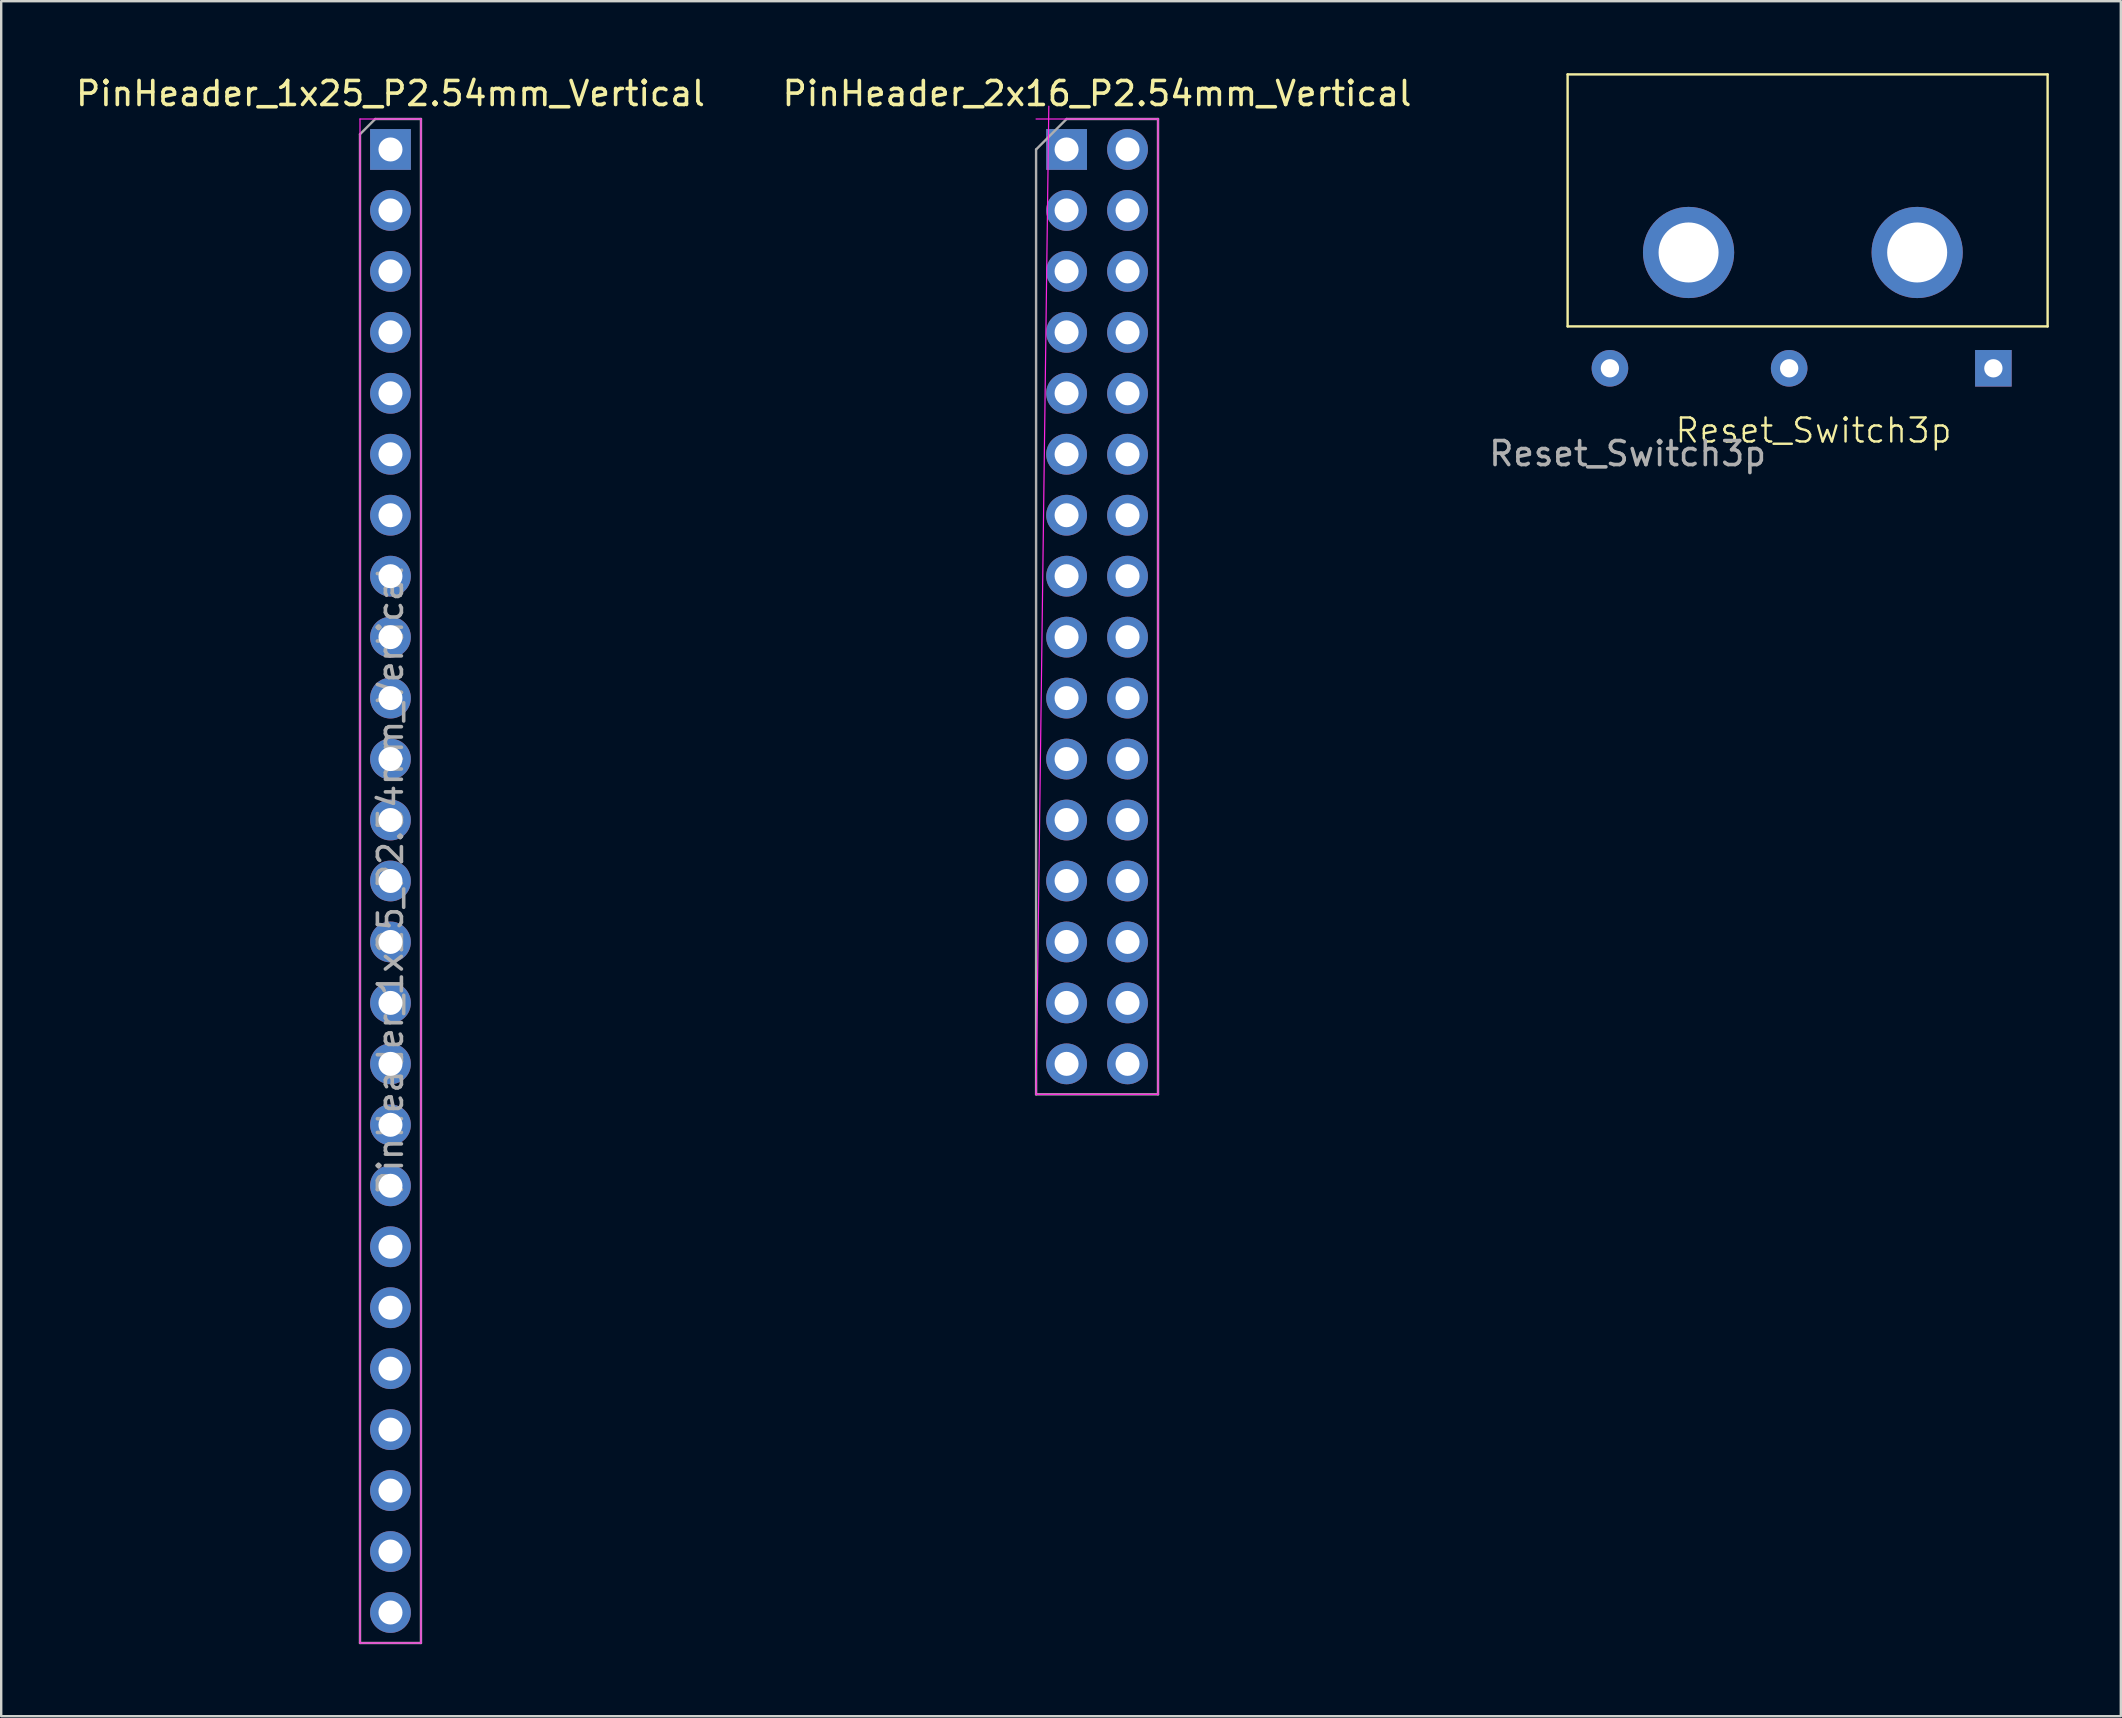
<source format=kicad_pcb>
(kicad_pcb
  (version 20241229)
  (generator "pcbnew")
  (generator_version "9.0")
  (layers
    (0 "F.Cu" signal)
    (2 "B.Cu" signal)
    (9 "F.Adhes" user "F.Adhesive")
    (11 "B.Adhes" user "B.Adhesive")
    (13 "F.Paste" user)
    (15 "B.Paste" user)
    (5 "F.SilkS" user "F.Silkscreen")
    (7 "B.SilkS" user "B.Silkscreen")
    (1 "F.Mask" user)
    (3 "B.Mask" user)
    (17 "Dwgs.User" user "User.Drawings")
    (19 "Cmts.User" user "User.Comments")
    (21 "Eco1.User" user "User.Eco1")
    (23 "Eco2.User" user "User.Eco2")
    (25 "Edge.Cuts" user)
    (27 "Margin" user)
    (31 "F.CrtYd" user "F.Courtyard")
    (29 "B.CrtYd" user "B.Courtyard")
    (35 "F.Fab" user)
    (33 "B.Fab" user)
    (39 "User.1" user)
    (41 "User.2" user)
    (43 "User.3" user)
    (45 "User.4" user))
  (footprint "Reset_Switch3p"
    (layer "F.Cu")
    (at 64.768 12.55)
    (property "Reference" "Reset_Switch3p" (at 7.747 2.337 0) (unlocked yes) (layer "F.SilkS") (effects (font (size 1 1) (thickness 0.1))))
    (attr through_hole)
    (fp_line (start -2.5 -12.5) (end 17.5 -12.5) (stroke (width 0.1) (type default)) (layer "F.SilkS"))
    (fp_line (start -2.5 -2) (end -2.5 -12.5) (stroke (width 0.1) (type default)) (layer "F.SilkS"))
    (fp_line (start 17.5 -12.5) (end 17.5 -2) (stroke (width 0.1) (type default)) (layer "F.SilkS"))
    (fp_line (start 17.5 -2) (end -2.5 -2) (stroke (width 0.1) (type default)) (layer "F.SilkS"))
    (fp_text user "${REFERENCE}" (at 0 3.302 0) (unlocked yes) (layer "F.Fab") (effects (font (size 1 1) (thickness 0.15))))
    (pad "1" thru_hole rect (at 15.24 -0.254) (size 1.524 1.524) (drill 0.762) (layers "*.Cu" "*.Mask"))
    (pad "2" thru_hole circle (at 6.731 -0.254) (size 1.524 1.524) (drill 0.762) (layers "*.Cu" "*.Mask"))
    (pad "3" thru_hole circle (at -0.737 -0.254) (size 1.524 1.524) (drill 0.762) (layers "*.Cu" "*.Mask"))
    (pad "5" thru_hole circle (at 2.54 -5.08) (size 3.8 3.8) (drill 2.5) (layers "*.Cu" "*.Mask"))
    (pad "6" thru_hole circle (at 12.065 -5.08) (size 3.8 3.8) (drill 2.5) (layers "*.Cu" "*.Mask")))
  (footprint "PinHeader_1x25_P2.54mm_Vertical"
    (layer "F.Cu")
    (at 13.22 3.178)
    (property "Reference" "PinHeader_1x25_P2.54mm_Vertical" (at 0 -2.33 0) (layer "F.SilkS") (effects (font (size 1 1) (thickness 0.15))))
    (attr through_hole)
    (fp_line (start -1.27 -1.27) (end -1.27 62.23) (stroke (width 0.05) (type solid)) (layer "F.CrtYd"))
    (fp_line (start -1.27 62.23) (end 1.27 62.23) (stroke (width 0.05) (type solid)) (layer "F.CrtYd"))
    (fp_line (start 1.27 -1.27) (end -1.27 -1.27) (stroke (width 0.05) (type solid)) (layer "F.CrtYd"))
    (fp_line (start 1.27 62.23) (end 1.27 -1.27) (stroke (width 0.05) (type solid)) (layer "F.CrtYd"))
    (fp_line (start -1.27 -0.635) (end -0.635 -1.27) (stroke (width 0.1) (type solid)) (layer "F.Fab"))
    (fp_line (start -1.27 62.23) (end -1.27 -0.635) (stroke (width 0.1) (type solid)) (layer "F.Fab"))
    (fp_line (start -0.635 -1.27) (end 1.27 -1.27) (stroke (width 0.1) (type solid)) (layer "F.Fab"))
    (fp_line (start 1.27 -1.27) (end 1.27 62.23) (stroke (width 0.1) (type solid)) (layer "F.Fab"))
    (fp_line (start 1.27 62.23) (end -1.27 62.23) (stroke (width 0.1) (type solid)) (layer "F.Fab"))
    (fp_text user "${REFERENCE}" (at 0 30.48 270) (layer "F.Fab") (effects (font (size 1 1) (thickness 0.15))))
    (pad "1" thru_hole rect (at 0 0) (size 1.7 1.7) (drill 1) (layers "*.Cu" "*.Mask"))
    (pad "2" thru_hole oval (at 0 2.54) (size 1.7 1.7) (drill 1) (layers "*.Cu" "*.Mask"))
    (pad "3" thru_hole oval (at 0 5.08) (size 1.7 1.7) (drill 1) (layers "*.Cu" "*.Mask"))
    (pad "4" thru_hole oval (at 0 7.62) (size 1.7 1.7) (drill 1) (layers "*.Cu" "*.Mask"))
    (pad "5" thru_hole oval (at 0 10.16) (size 1.7 1.7) (drill 1) (layers "*.Cu" "*.Mask"))
    (pad "6" thru_hole oval (at 0 12.7) (size 1.7 1.7) (drill 1) (layers "*.Cu" "*.Mask"))
    (pad "7" thru_hole oval (at 0 15.24) (size 1.7 1.7) (drill 1) (layers "*.Cu" "*.Mask"))
    (pad "8" thru_hole oval (at 0 17.78) (size 1.7 1.7) (drill 1) (layers "*.Cu" "*.Mask"))
    (pad "9" thru_hole oval (at 0 20.32) (size 1.7 1.7) (drill 1) (layers "*.Cu" "*.Mask"))
    (pad "10" thru_hole oval (at 0 22.86) (size 1.7 1.7) (drill 1) (layers "*.Cu" "*.Mask"))
    (pad "11" thru_hole oval (at 0 25.4) (size 1.7 1.7) (drill 1) (layers "*.Cu" "*.Mask"))
    (pad "12" thru_hole oval (at 0 27.94) (size 1.7 1.7) (drill 1) (layers "*.Cu" "*.Mask"))
    (pad "13" thru_hole oval (at 0 30.48) (size 1.7 1.7) (drill 1) (layers "*.Cu" "*.Mask"))
    (pad "14" thru_hole oval (at 0 33.02) (size 1.7 1.7) (drill 1) (layers "*.Cu" "*.Mask"))
    (pad "15" thru_hole oval (at 0 35.56) (size 1.7 1.7) (drill 1) (layers "*.Cu" "*.Mask"))
    (pad "16" thru_hole oval (at 0 38.1) (size 1.7 1.7) (drill 1) (layers "*.Cu" "*.Mask"))
    (pad "17" thru_hole oval (at 0 40.64) (size 1.7 1.7) (drill 1) (layers "*.Cu" "*.Mask"))
    (pad "18" thru_hole oval (at 0 43.18) (size 1.7 1.7) (drill 1) (layers "*.Cu" "*.Mask"))
    (pad "19" thru_hole oval (at 0 45.72) (size 1.7 1.7) (drill 1) (layers "*.Cu" "*.Mask"))
    (pad "20" thru_hole oval (at 0 48.26) (size 1.7 1.7) (drill 1) (layers "*.Cu" "*.Mask"))
    (pad "21" thru_hole oval (at 0 50.8) (size 1.7 1.7) (drill 1) (layers "*.Cu" "*.Mask"))
    (pad "22" thru_hole oval (at 0 53.34) (size 1.7 1.7) (drill 1) (layers "*.Cu" "*.Mask"))
    (pad "23" thru_hole oval (at 0 55.88) (size 1.7 1.7) (drill 1) (layers "*.Cu" "*.Mask"))
    (pad "24" thru_hole oval (at 0 58.42) (size 1.7 1.7) (drill 1) (layers "*.Cu" "*.Mask"))
    (pad "25" thru_hole oval (at 0 60.96) (size 1.7 1.7) (drill 1) (layers "*.Cu" "*.Mask")))
  (footprint "PinHeader_2x16_P2.54mm_Vertical"
    (layer "F.Cu")
    (at 41.391 3.178)
    (property "Reference" "PinHeader_2x16_P2.54mm_Vertical" (at 1.27 -2.33 0) (layer "F.SilkS") (effects (font (size 1 1) (thickness 0.15))))
    (attr through_hole)
    (fp_line (start -1.27 39.37) (end 3.81 39.37) (stroke (width 0.05) (type solid)) (layer "F.CrtYd"))
    (fp_line (start -0.74 -1.8) (end -1.27 39.37) (stroke (width 0.05) (type solid)) (layer "F.CrtYd"))
    (fp_line (start 3.81 -1.27) (end -1.27 -1.27) (stroke (width 0.05) (type solid)) (layer "F.CrtYd"))
    (fp_line (start 3.81 39.37) (end 3.81 -1.27) (stroke (width 0.05) (type solid)) (layer "F.CrtYd"))
    (fp_line (start -1.27 0) (end 0 -1.27) (stroke (width 0.1) (type solid)) (layer "F.Fab"))
    (fp_line (start -1.27 39.37) (end -1.27 0) (stroke (width 0.1) (type solid)) (layer "F.Fab"))
    (fp_line (start 0 -1.27) (end 3.81 -1.27) (stroke (width 0.1) (type solid)) (layer "F.Fab"))
    (fp_line (start 3.81 -1.27) (end 3.81 39.37) (stroke (width 0.1) (type solid)) (layer "F.Fab"))
    (fp_line (start 3.81 39.37) (end -1.27 39.37) (stroke (width 0.1) (type solid)) (layer "F.Fab"))
    (pad "1" thru_hole rect (at 0 0) (size 1.7 1.7) (drill 1) (layers "*.Cu" "*.Mask"))
    (pad "2" thru_hole oval (at 2.54 0) (size 1.7 1.7) (drill 1) (layers "*.Cu" "*.Mask"))
    (pad "3" thru_hole oval (at 0 2.54) (size 1.7 1.7) (drill 1) (layers "*.Cu" "*.Mask"))
    (pad "4" thru_hole oval (at 2.54 2.54) (size 1.7 1.7) (drill 1) (layers "*.Cu" "*.Mask"))
    (pad "5" thru_hole oval (at 0 5.08) (size 1.7 1.7) (drill 1) (layers "*.Cu" "*.Mask"))
    (pad "6" thru_hole oval (at 2.54 5.08) (size 1.7 1.7) (drill 1) (layers "*.Cu" "*.Mask"))
    (pad "7" thru_hole oval (at 0 7.62) (size 1.7 1.7) (drill 1) (layers "*.Cu" "*.Mask"))
    (pad "8" thru_hole oval (at 2.54 7.62) (size 1.7 1.7) (drill 1) (layers "*.Cu" "*.Mask"))
    (pad "9" thru_hole oval (at 0 10.16) (size 1.7 1.7) (drill 1) (layers "*.Cu" "*.Mask"))
    (pad "10" thru_hole oval (at 2.54 10.16) (size 1.7 1.7) (drill 1) (layers "*.Cu" "*.Mask"))
    (pad "11" thru_hole oval (at 0 12.7) (size 1.7 1.7) (drill 1) (layers "*.Cu" "*.Mask"))
    (pad "12" thru_hole oval (at 2.54 12.7) (size 1.7 1.7) (drill 1) (layers "*.Cu" "*.Mask"))
    (pad "13" thru_hole oval (at 0 15.24) (size 1.7 1.7) (drill 1) (layers "*.Cu" "*.Mask"))
    (pad "14" thru_hole oval (at 2.54 15.24) (size 1.7 1.7) (drill 1) (layers "*.Cu" "*.Mask"))
    (pad "15" thru_hole oval (at 0 17.78) (size 1.7 1.7) (drill 1) (layers "*.Cu" "*.Mask"))
    (pad "16" thru_hole oval (at 2.54 17.78) (size 1.7 1.7) (drill 1) (layers "*.Cu" "*.Mask"))
    (pad "17" thru_hole oval (at 0 20.32) (size 1.7 1.7) (drill 1) (layers "*.Cu" "*.Mask"))
    (pad "18" thru_hole oval (at 2.54 20.32) (size 1.7 1.7) (drill 1) (layers "*.Cu" "*.Mask"))
    (pad "19" thru_hole oval (at 0 22.86) (size 1.7 1.7) (drill 1) (layers "*.Cu" "*.Mask"))
    (pad "20" thru_hole oval (at 2.54 22.86) (size 1.7 1.7) (drill 1) (layers "*.Cu" "*.Mask"))
    (pad "21" thru_hole oval (at 0 25.4) (size 1.7 1.7) (drill 1) (layers "*.Cu" "*.Mask"))
    (pad "22" thru_hole oval (at 2.54 25.4) (size 1.7 1.7) (drill 1) (layers "*.Cu" "*.Mask"))
    (pad "23" thru_hole oval (at 0 27.94) (size 1.7 1.7) (drill 1) (layers "*.Cu" "*.Mask"))
    (pad "24" thru_hole oval (at 2.54 27.94) (size 1.7 1.7) (drill 1) (layers "*.Cu" "*.Mask"))
    (pad "25" thru_hole oval (at 0 30.48) (size 1.7 1.7) (drill 1) (layers "*.Cu" "*.Mask"))
    (pad "26" thru_hole oval (at 2.54 30.48) (size 1.7 1.7) (drill 1) (layers "*.Cu" "*.Mask"))
    (pad "27" thru_hole oval (at 0 33.02) (size 1.7 1.7) (drill 1) (layers "*.Cu" "*.Mask"))
    (pad "28" thru_hole oval (at 2.54 33.02) (size 1.7 1.7) (drill 1) (layers "*.Cu" "*.Mask"))
    (pad "29" thru_hole oval (at 0 35.56) (size 1.7 1.7) (drill 1) (layers "*.Cu" "*.Mask"))
    (pad "30" thru_hole oval (at 2.54 35.56) (size 1.7 1.7) (drill 1) (layers "*.Cu" "*.Mask"))
    (pad "31" thru_hole oval (at 0 38.1) (size 1.7 1.7) (drill 1) (layers "*.Cu" "*.Mask"))
    (pad "32" thru_hole oval (at 2.54 38.1) (size 1.7 1.7) (drill 1) (layers "*.Cu" "*.Mask")))
  (gr_rect
    (start -3 -3)
    (end 85.318 68.458)
    (stroke (width 0.1) (type default))
    (fill no)
    (layer "Edge.Cuts")))
</source>
